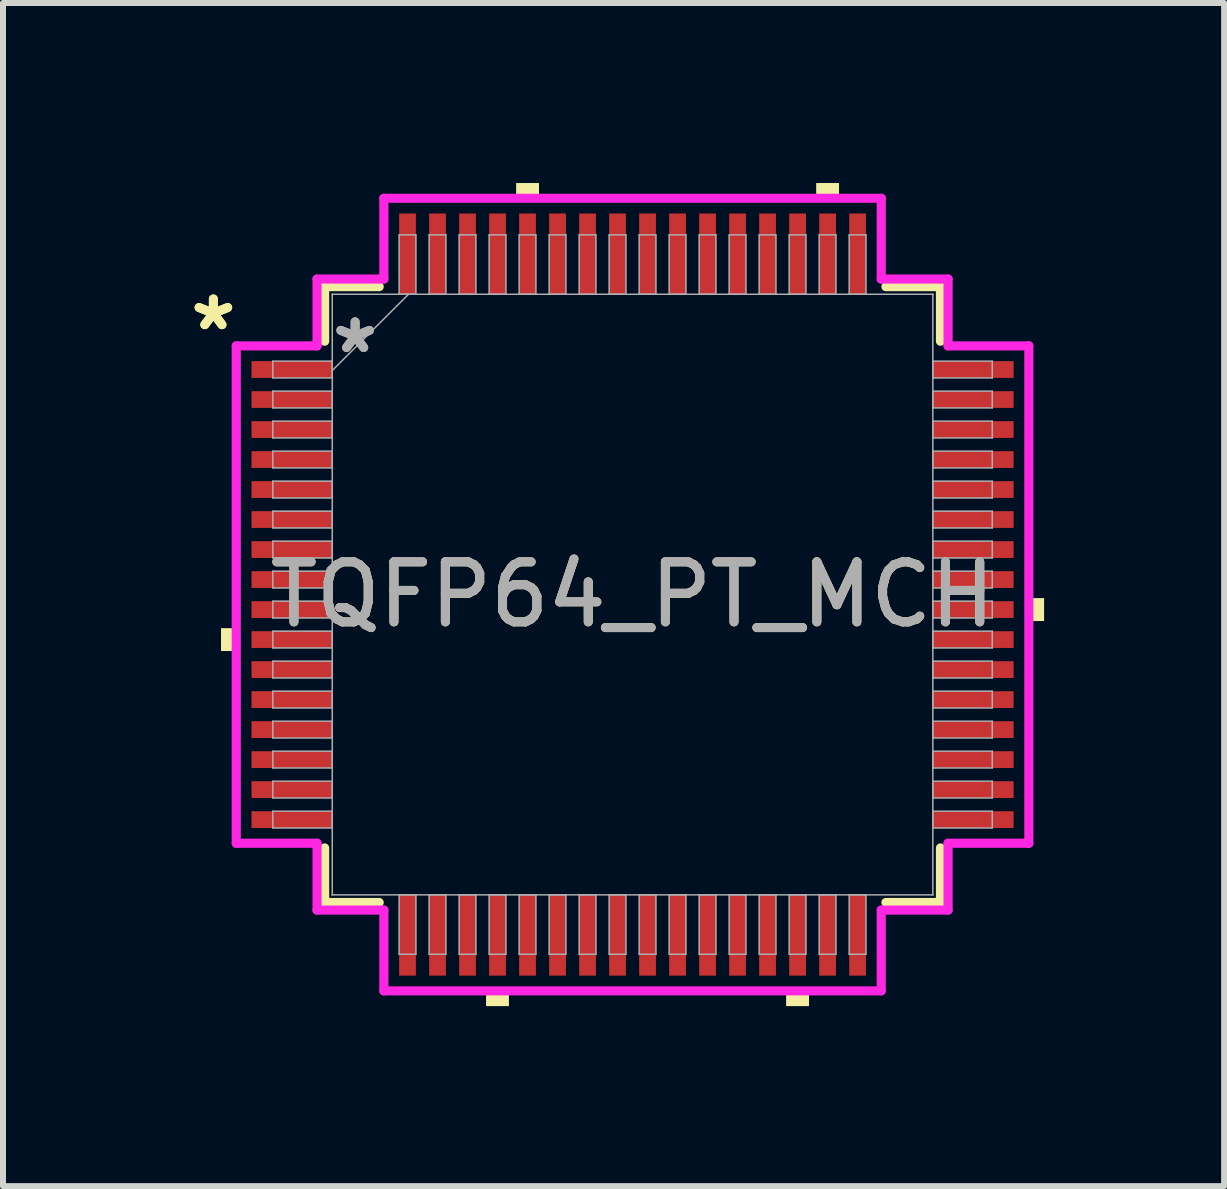
<source format=kicad_pcb>
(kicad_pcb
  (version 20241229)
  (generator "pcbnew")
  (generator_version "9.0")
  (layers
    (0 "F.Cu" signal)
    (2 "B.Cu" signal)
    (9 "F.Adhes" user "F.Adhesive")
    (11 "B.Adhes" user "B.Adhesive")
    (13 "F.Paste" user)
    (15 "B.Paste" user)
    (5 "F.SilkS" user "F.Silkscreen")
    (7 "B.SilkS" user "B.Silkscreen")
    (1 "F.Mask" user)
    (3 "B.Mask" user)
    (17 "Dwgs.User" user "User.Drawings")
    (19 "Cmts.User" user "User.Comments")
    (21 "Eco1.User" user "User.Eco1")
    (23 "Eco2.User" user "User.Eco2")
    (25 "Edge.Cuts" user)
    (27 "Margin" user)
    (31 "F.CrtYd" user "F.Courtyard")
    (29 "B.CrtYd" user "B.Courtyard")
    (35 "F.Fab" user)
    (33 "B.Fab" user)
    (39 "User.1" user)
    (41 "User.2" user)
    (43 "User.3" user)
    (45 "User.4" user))
  (footprint "TQFP64_PT_MCH"
    (layer "F.Cu")
    (at 7.491 6.858)
    (property "Reference" "TQFP64_PT_MCH" (at 0 0 0) (unlocked yes) (layer "F.SilkS") (effects (font (size 1 1) (thickness 0.15))))
    (attr smd)
    (fp_line (start -5.131 -5.131) (end -5.131 -4.222) (stroke (width 0.152) (type solid)) (layer "F.SilkS"))
    (fp_line (start -5.131 4.222) (end -5.131 5.131) (stroke (width 0.152) (type solid)) (layer "F.SilkS"))
    (fp_line (start -5.131 5.131) (end -4.222 5.131) (stroke (width 0.152) (type solid)) (layer "F.SilkS"))
    (fp_line (start -4.222 -5.131) (end -5.131 -5.131) (stroke (width 0.152) (type solid)) (layer "F.SilkS"))
    (fp_line (start 4.222 5.131) (end 5.131 5.131) (stroke (width 0.152) (type solid)) (layer "F.SilkS"))
    (fp_line (start 5.131 -5.131) (end 4.222 -5.131) (stroke (width 0.152) (type solid)) (layer "F.SilkS"))
    (fp_line (start 5.131 -4.222) (end 5.131 -5.131) (stroke (width 0.152) (type solid)) (layer "F.SilkS"))
    (fp_line (start 5.131 5.131) (end 5.131 4.222) (stroke (width 0.152) (type solid)) (layer "F.SilkS"))
    (fp_poly (pts (xy -6.858 0.56) (xy -6.858 0.941) (xy -6.604 0.941) (xy -6.604 0.56)) (stroke (width 0) (type solid)) (fill yes) (layer "F.SilkS"))
    (fp_poly (pts (xy -2.441 6.604) (xy -2.441 6.858) (xy -2.06 6.858) (xy -2.06 6.604)) (stroke (width 0) (type solid)) (fill yes) (layer "F.SilkS"))
    (fp_poly (pts (xy -1.94 -6.604) (xy -1.94 -6.858) (xy -1.559 -6.858) (xy -1.559 -6.604)) (stroke (width 0) (type solid)) (fill yes) (layer "F.SilkS"))
    (fp_poly (pts (xy 2.559 6.604) (xy 2.559 6.858) (xy 2.941 6.858) (xy 2.941 6.604)) (stroke (width 0) (type solid)) (fill yes) (layer "F.SilkS"))
    (fp_poly (pts (xy 3.06 -6.604) (xy 3.06 -6.858) (xy 3.441 -6.858) (xy 3.441 -6.604)) (stroke (width 0) (type solid)) (fill yes) (layer "F.SilkS"))
    (fp_poly (pts (xy 6.858 0.059) (xy 6.858 0.441) (xy 6.604 0.441) (xy 6.604 0.059)) (stroke (width 0) (type solid)) (fill yes) (layer "F.SilkS"))
    (fp_line (start -6.604 -4.144) (end -5.258 -4.144) (stroke (width 0.152) (type solid)) (layer "F.CrtYd"))
    (fp_line (start -6.604 4.144) (end -6.604 -4.144) (stroke (width 0.152) (type solid)) (layer "F.CrtYd"))
    (fp_line (start -5.258 -5.258) (end -4.144 -5.258) (stroke (width 0.152) (type solid)) (layer "F.CrtYd"))
    (fp_line (start -5.258 -4.144) (end -5.258 -5.258) (stroke (width 0.152) (type solid)) (layer "F.CrtYd"))
    (fp_line (start -5.258 4.144) (end -6.604 4.144) (stroke (width 0.152) (type solid)) (layer "F.CrtYd"))
    (fp_line (start -5.258 5.258) (end -5.258 4.144) (stroke (width 0.152) (type solid)) (layer "F.CrtYd"))
    (fp_line (start -5.258 5.258) (end -4.144 5.258) (stroke (width 0.152) (type solid)) (layer "F.CrtYd"))
    (fp_line (start -4.144 -6.604) (end 4.144 -6.604) (stroke (width 0.152) (type solid)) (layer "F.CrtYd"))
    (fp_line (start -4.144 -5.258) (end -4.144 -6.604) (stroke (width 0.152) (type solid)) (layer "F.CrtYd"))
    (fp_line (start -4.144 5.258) (end -4.144 6.604) (stroke (width 0.152) (type solid)) (layer "F.CrtYd"))
    (fp_line (start -4.144 6.604) (end 4.144 6.604) (stroke (width 0.152) (type solid)) (layer "F.CrtYd"))
    (fp_line (start 4.144 -6.604) (end 4.144 -5.258) (stroke (width 0.152) (type solid)) (layer "F.CrtYd"))
    (fp_line (start 4.144 -5.258) (end 5.258 -5.258) (stroke (width 0.152) (type solid)) (layer "F.CrtYd"))
    (fp_line (start 4.144 5.258) (end 5.258 5.258) (stroke (width 0.152) (type solid)) (layer "F.CrtYd"))
    (fp_line (start 4.144 6.604) (end 4.144 5.258) (stroke (width 0.152) (type solid)) (layer "F.CrtYd"))
    (fp_line (start 5.258 -4.144) (end 5.258 -5.258) (stroke (width 0.152) (type solid)) (layer "F.CrtYd"))
    (fp_line (start 5.258 4.144) (end 6.604 4.144) (stroke (width 0.152) (type solid)) (layer "F.CrtYd"))
    (fp_line (start 5.258 5.258) (end 5.258 4.144) (stroke (width 0.152) (type solid)) (layer "F.CrtYd"))
    (fp_line (start 6.604 -4.144) (end 5.258 -4.144) (stroke (width 0.152) (type solid)) (layer "F.CrtYd"))
    (fp_line (start 6.604 4.144) (end 6.604 -4.144) (stroke (width 0.152) (type solid)) (layer "F.CrtYd"))
    (fp_line (start -5.994 -3.89) (end -5.994 -3.61) (stroke (width 0.025) (type solid)) (layer "F.Fab"))
    (fp_line (start -5.994 -3.61) (end -5.004 -3.61) (stroke (width 0.025) (type solid)) (layer "F.Fab"))
    (fp_line (start -5.994 -3.39) (end -5.994 -3.11) (stroke (width 0.025) (type solid)) (layer "F.Fab"))
    (fp_line (start -5.994 -3.11) (end -5.004 -3.11) (stroke (width 0.025) (type solid)) (layer "F.Fab"))
    (fp_line (start -5.994 -2.89) (end -5.994 -2.61) (stroke (width 0.025) (type solid)) (layer "F.Fab"))
    (fp_line (start -5.994 -2.61) (end -5.004 -2.61) (stroke (width 0.025) (type solid)) (layer "F.Fab"))
    (fp_line (start -5.994 -2.39) (end -5.994 -2.11) (stroke (width 0.025) (type solid)) (layer "F.Fab"))
    (fp_line (start -5.994 -2.11) (end -5.004 -2.11) (stroke (width 0.025) (type solid)) (layer "F.Fab"))
    (fp_line (start -5.994 -1.89) (end -5.994 -1.61) (stroke (width 0.025) (type solid)) (layer "F.Fab"))
    (fp_line (start -5.994 -1.61) (end -5.004 -1.61) (stroke (width 0.025) (type solid)) (layer "F.Fab"))
    (fp_line (start -5.994 -1.39) (end -5.994 -1.11) (stroke (width 0.025) (type solid)) (layer "F.Fab"))
    (fp_line (start -5.994 -1.11) (end -5.004 -1.11) (stroke (width 0.025) (type solid)) (layer "F.Fab"))
    (fp_line (start -5.994 -0.89) (end -5.994 -0.61) (stroke (width 0.025) (type solid)) (layer "F.Fab"))
    (fp_line (start -5.994 -0.61) (end -5.004 -0.61) (stroke (width 0.025) (type solid)) (layer "F.Fab"))
    (fp_line (start -5.994 -0.39) (end -5.994 -0.11) (stroke (width 0.025) (type solid)) (layer "F.Fab"))
    (fp_line (start -5.994 -0.11) (end -5.004 -0.11) (stroke (width 0.025) (type solid)) (layer "F.Fab"))
    (fp_line (start -5.994 0.11) (end -5.994 0.39) (stroke (width 0.025) (type solid)) (layer "F.Fab"))
    (fp_line (start -5.994 0.39) (end -5.004 0.39) (stroke (width 0.025) (type solid)) (layer "F.Fab"))
    (fp_line (start -5.994 0.61) (end -5.994 0.89) (stroke (width 0.025) (type solid)) (layer "F.Fab"))
    (fp_line (start -5.994 0.89) (end -5.004 0.89) (stroke (width 0.025) (type solid)) (layer "F.Fab"))
    (fp_line (start -5.994 1.11) (end -5.994 1.39) (stroke (width 0.025) (type solid)) (layer "F.Fab"))
    (fp_line (start -5.994 1.39) (end -5.004 1.39) (stroke (width 0.025) (type solid)) (layer "F.Fab"))
    (fp_line (start -5.994 1.61) (end -5.994 1.89) (stroke (width 0.025) (type solid)) (layer "F.Fab"))
    (fp_line (start -5.994 1.89) (end -5.004 1.89) (stroke (width 0.025) (type solid)) (layer "F.Fab"))
    (fp_line (start -5.994 2.11) (end -5.994 2.39) (stroke (width 0.025) (type solid)) (layer "F.Fab"))
    (fp_line (start -5.994 2.39) (end -5.004 2.39) (stroke (width 0.025) (type solid)) (layer "F.Fab"))
    (fp_line (start -5.994 2.61) (end -5.994 2.89) (stroke (width 0.025) (type solid)) (layer "F.Fab"))
    (fp_line (start -5.994 2.89) (end -5.004 2.89) (stroke (width 0.025) (type solid)) (layer "F.Fab"))
    (fp_line (start -5.994 3.11) (end -5.994 3.39) (stroke (width 0.025) (type solid)) (layer "F.Fab"))
    (fp_line (start -5.994 3.39) (end -5.004 3.39) (stroke (width 0.025) (type solid)) (layer "F.Fab"))
    (fp_line (start -5.994 3.61) (end -5.994 3.89) (stroke (width 0.025) (type solid)) (layer "F.Fab"))
    (fp_line (start -5.994 3.89) (end -5.004 3.89) (stroke (width 0.025) (type solid)) (layer "F.Fab"))
    (fp_line (start -5.004 -5.004) (end -5.004 -5.004) (stroke (width 0.025) (type solid)) (layer "F.Fab"))
    (fp_line (start -5.004 -5.004) (end -5.004 5.004) (stroke (width 0.025) (type solid)) (layer "F.Fab"))
    (fp_line (start -5.004 -3.89) (end -5.994 -3.89) (stroke (width 0.025) (type solid)) (layer "F.Fab"))
    (fp_line (start -5.004 -3.734) (end -3.734 -5.004) (stroke (width 0.025) (type solid)) (layer "F.Fab"))
    (fp_line (start -5.004 -3.61) (end -5.004 -3.89) (stroke (width 0.025) (type solid)) (layer "F.Fab"))
    (fp_line (start -5.004 -3.39) (end -5.994 -3.39) (stroke (width 0.025) (type solid)) (layer "F.Fab"))
    (fp_line (start -5.004 -3.11) (end -5.004 -3.39) (stroke (width 0.025) (type solid)) (layer "F.Fab"))
    (fp_line (start -5.004 -2.89) (end -5.994 -2.89) (stroke (width 0.025) (type solid)) (layer "F.Fab"))
    (fp_line (start -5.004 -2.61) (end -5.004 -2.89) (stroke (width 0.025) (type solid)) (layer "F.Fab"))
    (fp_line (start -5.004 -2.39) (end -5.994 -2.39) (stroke (width 0.025) (type solid)) (layer "F.Fab"))
    (fp_line (start -5.004 -2.11) (end -5.004 -2.39) (stroke (width 0.025) (type solid)) (layer "F.Fab"))
    (fp_line (start -5.004 -1.89) (end -5.994 -1.89) (stroke (width 0.025) (type solid)) (layer "F.Fab"))
    (fp_line (start -5.004 -1.61) (end -5.004 -1.89) (stroke (width 0.025) (type solid)) (layer "F.Fab"))
    (fp_line (start -5.004 -1.39) (end -5.994 -1.39) (stroke (width 0.025) (type solid)) (layer "F.Fab"))
    (fp_line (start -5.004 -1.11) (end -5.004 -1.39) (stroke (width 0.025) (type solid)) (layer "F.Fab"))
    (fp_line (start -5.004 -0.89) (end -5.994 -0.89) (stroke (width 0.025) (type solid)) (layer "F.Fab"))
    (fp_line (start -5.004 -0.61) (end -5.004 -0.89) (stroke (width 0.025) (type solid)) (layer "F.Fab"))
    (fp_line (start -5.004 -0.39) (end -5.994 -0.39) (stroke (width 0.025) (type solid)) (layer "F.Fab"))
    (fp_line (start -5.004 -0.11) (end -5.004 -0.39) (stroke (width 0.025) (type solid)) (layer "F.Fab"))
    (fp_line (start -5.004 0.11) (end -5.994 0.11) (stroke (width 0.025) (type solid)) (layer "F.Fab"))
    (fp_line (start -5.004 0.39) (end -5.004 0.11) (stroke (width 0.025) (type solid)) (layer "F.Fab"))
    (fp_line (start -5.004 0.61) (end -5.994 0.61) (stroke (width 0.025) (type solid)) (layer "F.Fab"))
    (fp_line (start -5.004 0.89) (end -5.004 0.61) (stroke (width 0.025) (type solid)) (layer "F.Fab"))
    (fp_line (start -5.004 1.11) (end -5.994 1.11) (stroke (width 0.025) (type solid)) (layer "F.Fab"))
    (fp_line (start -5.004 1.39) (end -5.004 1.11) (stroke (width 0.025) (type solid)) (layer "F.Fab"))
    (fp_line (start -5.004 1.61) (end -5.994 1.61) (stroke (width 0.025) (type solid)) (layer "F.Fab"))
    (fp_line (start -5.004 1.89) (end -5.004 1.61) (stroke (width 0.025) (type solid)) (layer "F.Fab"))
    (fp_line (start -5.004 2.11) (end -5.994 2.11) (stroke (width 0.025) (type solid)) (layer "F.Fab"))
    (fp_line (start -5.004 2.39) (end -5.004 2.11) (stroke (width 0.025) (type solid)) (layer "F.Fab"))
    (fp_line (start -5.004 2.61) (end -5.994 2.61) (stroke (width 0.025) (type solid)) (layer "F.Fab"))
    (fp_line (start -5.004 2.89) (end -5.004 2.61) (stroke (width 0.025) (type solid)) (layer "F.Fab"))
    (fp_line (start -5.004 3.11) (end -5.994 3.11) (stroke (width 0.025) (type solid)) (layer "F.Fab"))
    (fp_line (start -5.004 3.39) (end -5.004 3.11) (stroke (width 0.025) (type solid)) (layer "F.Fab"))
    (fp_line (start -5.004 3.61) (end -5.994 3.61) (stroke (width 0.025) (type solid)) (layer "F.Fab"))
    (fp_line (start -5.004 3.89) (end -5.004 3.61) (stroke (width 0.025) (type solid)) (layer "F.Fab"))
    (fp_line (start -5.004 5.004) (end -5.004 5.004) (stroke (width 0.025) (type solid)) (layer "F.Fab"))
    (fp_line (start -5.004 5.004) (end 5.004 5.004) (stroke (width 0.025) (type solid)) (layer "F.Fab"))
    (fp_line (start -3.89 -5.994) (end -3.89 -5.004) (stroke (width 0.025) (type solid)) (layer "F.Fab"))
    (fp_line (start -3.89 -5.004) (end -3.61 -5.004) (stroke (width 0.025) (type solid)) (layer "F.Fab"))
    (fp_line (start -3.89 5.004) (end -3.89 5.994) (stroke (width 0.025) (type solid)) (layer "F.Fab"))
    (fp_line (start -3.89 5.994) (end -3.61 5.994) (stroke (width 0.025) (type solid)) (layer "F.Fab"))
    (fp_line (start -3.61 -5.994) (end -3.89 -5.994) (stroke (width 0.025) (type solid)) (layer "F.Fab"))
    (fp_line (start -3.61 -5.004) (end -3.61 -5.994) (stroke (width 0.025) (type solid)) (layer "F.Fab"))
    (fp_line (start -3.61 5.004) (end -3.89 5.004) (stroke (width 0.025) (type solid)) (layer "F.Fab"))
    (fp_line (start -3.61 5.994) (end -3.61 5.004) (stroke (width 0.025) (type solid)) (layer "F.Fab"))
    (fp_line (start -3.39 -5.994) (end -3.39 -5.004) (stroke (width 0.025) (type solid)) (layer "F.Fab"))
    (fp_line (start -3.39 -5.004) (end -3.11 -5.004) (stroke (width 0.025) (type solid)) (layer "F.Fab"))
    (fp_line (start -3.39 5.004) (end -3.39 5.994) (stroke (width 0.025) (type solid)) (layer "F.Fab"))
    (fp_line (start -3.39 5.994) (end -3.11 5.994) (stroke (width 0.025) (type solid)) (layer "F.Fab"))
    (fp_line (start -3.11 -5.994) (end -3.39 -5.994) (stroke (width 0.025) (type solid)) (layer "F.Fab"))
    (fp_line (start -3.11 -5.004) (end -3.11 -5.994) (stroke (width 0.025) (type solid)) (layer "F.Fab"))
    (fp_line (start -3.11 5.004) (end -3.39 5.004) (stroke (width 0.025) (type solid)) (layer "F.Fab"))
    (fp_line (start -3.11 5.994) (end -3.11 5.004) (stroke (width 0.025) (type solid)) (layer "F.Fab"))
    (fp_line (start -2.89 -5.994) (end -2.89 -5.004) (stroke (width 0.025) (type solid)) (layer "F.Fab"))
    (fp_line (start -2.89 -5.004) (end -2.61 -5.004) (stroke (width 0.025) (type solid)) (layer "F.Fab"))
    (fp_line (start -2.89 5.004) (end -2.89 5.994) (stroke (width 0.025) (type solid)) (layer "F.Fab"))
    (fp_line (start -2.89 5.994) (end -2.61 5.994) (stroke (width 0.025) (type solid)) (layer "F.Fab"))
    (fp_line (start -2.61 -5.994) (end -2.89 -5.994) (stroke (width 0.025) (type solid)) (layer "F.Fab"))
    (fp_line (start -2.61 -5.004) (end -2.61 -5.994) (stroke (width 0.025) (type solid)) (layer "F.Fab"))
    (fp_line (start -2.61 5.004) (end -2.89 5.004) (stroke (width 0.025) (type solid)) (layer "F.Fab"))
    (fp_line (start -2.61 5.994) (end -2.61 5.004) (stroke (width 0.025) (type solid)) (layer "F.Fab"))
    (fp_line (start -2.39 -5.994) (end -2.39 -5.004) (stroke (width 0.025) (type solid)) (layer "F.Fab"))
    (fp_line (start -2.39 -5.004) (end -2.11 -5.004) (stroke (width 0.025) (type solid)) (layer "F.Fab"))
    (fp_line (start -2.39 5.004) (end -2.39 5.994) (stroke (width 0.025) (type solid)) (layer "F.Fab"))
    (fp_line (start -2.39 5.994) (end -2.11 5.994) (stroke (width 0.025) (type solid)) (layer "F.Fab"))
    (fp_line (start -2.11 -5.994) (end -2.39 -5.994) (stroke (width 0.025) (type solid)) (layer "F.Fab"))
    (fp_line (start -2.11 -5.004) (end -2.11 -5.994) (stroke (width 0.025) (type solid)) (layer "F.Fab"))
    (fp_line (start -2.11 5.004) (end -2.39 5.004) (stroke (width 0.025) (type solid)) (layer "F.Fab"))
    (fp_line (start -2.11 5.994) (end -2.11 5.004) (stroke (width 0.025) (type solid)) (layer "F.Fab"))
    (fp_line (start -1.89 -5.994) (end -1.89 -5.004) (stroke (width 0.025) (type solid)) (layer "F.Fab"))
    (fp_line (start -1.89 -5.004) (end -1.61 -5.004) (stroke (width 0.025) (type solid)) (layer "F.Fab"))
    (fp_line (start -1.89 5.004) (end -1.89 5.994) (stroke (width 0.025) (type solid)) (layer "F.Fab"))
    (fp_line (start -1.89 5.994) (end -1.61 5.994) (stroke (width 0.025) (type solid)) (layer "F.Fab"))
    (fp_line (start -1.61 -5.994) (end -1.89 -5.994) (stroke (width 0.025) (type solid)) (layer "F.Fab"))
    (fp_line (start -1.61 -5.004) (end -1.61 -5.994) (stroke (width 0.025) (type solid)) (layer "F.Fab"))
    (fp_line (start -1.61 5.004) (end -1.89 5.004) (stroke (width 0.025) (type solid)) (layer "F.Fab"))
    (fp_line (start -1.61 5.994) (end -1.61 5.004) (stroke (width 0.025) (type solid)) (layer "F.Fab"))
    (fp_line (start -1.39 -5.994) (end -1.39 -5.004) (stroke (width 0.025) (type solid)) (layer "F.Fab"))
    (fp_line (start -1.39 -5.004) (end -1.11 -5.004) (stroke (width 0.025) (type solid)) (layer "F.Fab"))
    (fp_line (start -1.39 5.004) (end -1.39 5.994) (stroke (width 0.025) (type solid)) (layer "F.Fab"))
    (fp_line (start -1.39 5.994) (end -1.11 5.994) (stroke (width 0.025) (type solid)) (layer "F.Fab"))
    (fp_line (start -1.11 -5.994) (end -1.39 -5.994) (stroke (width 0.025) (type solid)) (layer "F.Fab"))
    (fp_line (start -1.11 -5.004) (end -1.11 -5.994) (stroke (width 0.025) (type solid)) (layer "F.Fab"))
    (fp_line (start -1.11 5.004) (end -1.39 5.004) (stroke (width 0.025) (type solid)) (layer "F.Fab"))
    (fp_line (start -1.11 5.994) (end -1.11 5.004) (stroke (width 0.025) (type solid)) (layer "F.Fab"))
    (fp_line (start -0.89 -5.994) (end -0.89 -5.004) (stroke (width 0.025) (type solid)) (layer "F.Fab"))
    (fp_line (start -0.89 -5.004) (end -0.61 -5.004) (stroke (width 0.025) (type solid)) (layer "F.Fab"))
    (fp_line (start -0.89 5.004) (end -0.89 5.994) (stroke (width 0.025) (type solid)) (layer "F.Fab"))
    (fp_line (start -0.89 5.994) (end -0.61 5.994) (stroke (width 0.025) (type solid)) (layer "F.Fab"))
    (fp_line (start -0.61 -5.994) (end -0.89 -5.994) (stroke (width 0.025) (type solid)) (layer "F.Fab"))
    (fp_line (start -0.61 -5.004) (end -0.61 -5.994) (stroke (width 0.025) (type solid)) (layer "F.Fab"))
    (fp_line (start -0.61 5.004) (end -0.89 5.004) (stroke (width 0.025) (type solid)) (layer "F.Fab"))
    (fp_line (start -0.61 5.994) (end -0.61 5.004) (stroke (width 0.025) (type solid)) (layer "F.Fab"))
    (fp_line (start -0.39 -5.994) (end -0.39 -5.004) (stroke (width 0.025) (type solid)) (layer "F.Fab"))
    (fp_line (start -0.39 -5.004) (end -0.11 -5.004) (stroke (width 0.025) (type solid)) (layer "F.Fab"))
    (fp_line (start -0.39 5.004) (end -0.39 5.994) (stroke (width 0.025) (type solid)) (layer "F.Fab"))
    (fp_line (start -0.39 5.994) (end -0.11 5.994) (stroke (width 0.025) (type solid)) (layer "F.Fab"))
    (fp_line (start -0.11 -5.994) (end -0.39 -5.994) (stroke (width 0.025) (type solid)) (layer "F.Fab"))
    (fp_line (start -0.11 -5.004) (end -0.11 -5.994) (stroke (width 0.025) (type solid)) (layer "F.Fab"))
    (fp_line (start -0.11 5.004) (end -0.39 5.004) (stroke (width 0.025) (type solid)) (layer "F.Fab"))
    (fp_line (start -0.11 5.994) (end -0.11 5.004) (stroke (width 0.025) (type solid)) (layer "F.Fab"))
    (fp_line (start 0.11 -5.994) (end 0.11 -5.004) (stroke (width 0.025) (type solid)) (layer "F.Fab"))
    (fp_line (start 0.11 -5.004) (end 0.39 -5.004) (stroke (width 0.025) (type solid)) (layer "F.Fab"))
    (fp_line (start 0.11 5.004) (end 0.11 5.994) (stroke (width 0.025) (type solid)) (layer "F.Fab"))
    (fp_line (start 0.11 5.994) (end 0.39 5.994) (stroke (width 0.025) (type solid)) (layer "F.Fab"))
    (fp_line (start 0.39 -5.994) (end 0.11 -5.994) (stroke (width 0.025) (type solid)) (layer "F.Fab"))
    (fp_line (start 0.39 -5.004) (end 0.39 -5.994) (stroke (width 0.025) (type solid)) (layer "F.Fab"))
    (fp_line (start 0.39 5.004) (end 0.11 5.004) (stroke (width 0.025) (type solid)) (layer "F.Fab"))
    (fp_line (start 0.39 5.994) (end 0.39 5.004) (stroke (width 0.025) (type solid)) (layer "F.Fab"))
    (fp_line (start 0.61 -5.994) (end 0.61 -5.004) (stroke (width 0.025) (type solid)) (layer "F.Fab"))
    (fp_line (start 0.61 -5.004) (end 0.89 -5.004) (stroke (width 0.025) (type solid)) (layer "F.Fab"))
    (fp_line (start 0.61 5.004) (end 0.61 5.994) (stroke (width 0.025) (type solid)) (layer "F.Fab"))
    (fp_line (start 0.61 5.994) (end 0.89 5.994) (stroke (width 0.025) (type solid)) (layer "F.Fab"))
    (fp_line (start 0.89 -5.994) (end 0.61 -5.994) (stroke (width 0.025) (type solid)) (layer "F.Fab"))
    (fp_line (start 0.89 -5.004) (end 0.89 -5.994) (stroke (width 0.025) (type solid)) (layer "F.Fab"))
    (fp_line (start 0.89 5.004) (end 0.61 5.004) (stroke (width 0.025) (type solid)) (layer "F.Fab"))
    (fp_line (start 0.89 5.994) (end 0.89 5.004) (stroke (width 0.025) (type solid)) (layer "F.Fab"))
    (fp_line (start 1.11 -5.994) (end 1.11 -5.004) (stroke (width 0.025) (type solid)) (layer "F.Fab"))
    (fp_line (start 1.11 -5.004) (end 1.39 -5.004) (stroke (width 0.025) (type solid)) (layer "F.Fab"))
    (fp_line (start 1.11 5.004) (end 1.11 5.994) (stroke (width 0.025) (type solid)) (layer "F.Fab"))
    (fp_line (start 1.11 5.994) (end 1.39 5.994) (stroke (width 0.025) (type solid)) (layer "F.Fab"))
    (fp_line (start 1.39 -5.994) (end 1.11 -5.994) (stroke (width 0.025) (type solid)) (layer "F.Fab"))
    (fp_line (start 1.39 -5.004) (end 1.39 -5.994) (stroke (width 0.025) (type solid)) (layer "F.Fab"))
    (fp_line (start 1.39 5.004) (end 1.11 5.004) (stroke (width 0.025) (type solid)) (layer "F.Fab"))
    (fp_line (start 1.39 5.994) (end 1.39 5.004) (stroke (width 0.025) (type solid)) (layer "F.Fab"))
    (fp_line (start 1.61 -5.994) (end 1.61 -5.004) (stroke (width 0.025) (type solid)) (layer "F.Fab"))
    (fp_line (start 1.61 -5.004) (end 1.89 -5.004) (stroke (width 0.025) (type solid)) (layer "F.Fab"))
    (fp_line (start 1.61 5.004) (end 1.61 5.994) (stroke (width 0.025) (type solid)) (layer "F.Fab"))
    (fp_line (start 1.61 5.994) (end 1.89 5.994) (stroke (width 0.025) (type solid)) (layer "F.Fab"))
    (fp_line (start 1.89 -5.994) (end 1.61 -5.994) (stroke (width 0.025) (type solid)) (layer "F.Fab"))
    (fp_line (start 1.89 -5.004) (end 1.89 -5.994) (stroke (width 0.025) (type solid)) (layer "F.Fab"))
    (fp_line (start 1.89 5.004) (end 1.61 5.004) (stroke (width 0.025) (type solid)) (layer "F.Fab"))
    (fp_line (start 1.89 5.994) (end 1.89 5.004) (stroke (width 0.025) (type solid)) (layer "F.Fab"))
    (fp_line (start 2.11 -5.994) (end 2.11 -5.004) (stroke (width 0.025) (type solid)) (layer "F.Fab"))
    (fp_line (start 2.11 -5.004) (end 2.39 -5.004) (stroke (width 0.025) (type solid)) (layer "F.Fab"))
    (fp_line (start 2.11 5.004) (end 2.11 5.994) (stroke (width 0.025) (type solid)) (layer "F.Fab"))
    (fp_line (start 2.11 5.994) (end 2.39 5.994) (stroke (width 0.025) (type solid)) (layer "F.Fab"))
    (fp_line (start 2.39 -5.994) (end 2.11 -5.994) (stroke (width 0.025) (type solid)) (layer "F.Fab"))
    (fp_line (start 2.39 -5.004) (end 2.39 -5.994) (stroke (width 0.025) (type solid)) (layer "F.Fab"))
    (fp_line (start 2.39 5.004) (end 2.11 5.004) (stroke (width 0.025) (type solid)) (layer "F.Fab"))
    (fp_line (start 2.39 5.994) (end 2.39 5.004) (stroke (width 0.025) (type solid)) (layer "F.Fab"))
    (fp_line (start 2.61 -5.994) (end 2.61 -5.004) (stroke (width 0.025) (type solid)) (layer "F.Fab"))
    (fp_line (start 2.61 -5.004) (end 2.89 -5.004) (stroke (width 0.025) (type solid)) (layer "F.Fab"))
    (fp_line (start 2.61 5.004) (end 2.61 5.994) (stroke (width 0.025) (type solid)) (layer "F.Fab"))
    (fp_line (start 2.61 5.994) (end 2.89 5.994) (stroke (width 0.025) (type solid)) (layer "F.Fab"))
    (fp_line (start 2.89 -5.994) (end 2.61 -5.994) (stroke (width 0.025) (type solid)) (layer "F.Fab"))
    (fp_line (start 2.89 -5.004) (end 2.89 -5.994) (stroke (width 0.025) (type solid)) (layer "F.Fab"))
    (fp_line (start 2.89 5.004) (end 2.61 5.004) (stroke (width 0.025) (type solid)) (layer "F.Fab"))
    (fp_line (start 2.89 5.994) (end 2.89 5.004) (stroke (width 0.025) (type solid)) (layer "F.Fab"))
    (fp_line (start 3.11 -5.994) (end 3.11 -5.004) (stroke (width 0.025) (type solid)) (layer "F.Fab"))
    (fp_line (start 3.11 -5.004) (end 3.39 -5.004) (stroke (width 0.025) (type solid)) (layer "F.Fab"))
    (fp_line (start 3.11 5.004) (end 3.11 5.994) (stroke (width 0.025) (type solid)) (layer "F.Fab"))
    (fp_line (start 3.11 5.994) (end 3.39 5.994) (stroke (width 0.025) (type solid)) (layer "F.Fab"))
    (fp_line (start 3.39 -5.994) (end 3.11 -5.994) (stroke (width 0.025) (type solid)) (layer "F.Fab"))
    (fp_line (start 3.39 -5.004) (end 3.39 -5.994) (stroke (width 0.025) (type solid)) (layer "F.Fab"))
    (fp_line (start 3.39 5.004) (end 3.11 5.004) (stroke (width 0.025) (type solid)) (layer "F.Fab"))
    (fp_line (start 3.39 5.994) (end 3.39 5.004) (stroke (width 0.025) (type solid)) (layer "F.Fab"))
    (fp_line (start 3.61 -5.994) (end 3.61 -5.004) (stroke (width 0.025) (type solid)) (layer "F.Fab"))
    (fp_line (start 3.61 -5.004) (end 3.89 -5.004) (stroke (width 0.025) (type solid)) (layer "F.Fab"))
    (fp_line (start 3.61 5.004) (end 3.61 5.994) (stroke (width 0.025) (type solid)) (layer "F.Fab"))
    (fp_line (start 3.61 5.994) (end 3.89 5.994) (stroke (width 0.025) (type solid)) (layer "F.Fab"))
    (fp_line (start 3.89 -5.994) (end 3.61 -5.994) (stroke (width 0.025) (type solid)) (layer "F.Fab"))
    (fp_line (start 3.89 -5.004) (end 3.89 -5.994) (stroke (width 0.025) (type solid)) (layer "F.Fab"))
    (fp_line (start 3.89 5.004) (end 3.61 5.004) (stroke (width 0.025) (type solid)) (layer "F.Fab"))
    (fp_line (start 3.89 5.994) (end 3.89 5.004) (stroke (width 0.025) (type solid)) (layer "F.Fab"))
    (fp_line (start 5.004 -5.004) (end -5.004 -5.004) (stroke (width 0.025) (type solid)) (layer "F.Fab"))
    (fp_line (start 5.004 -5.004) (end 5.004 -5.004) (stroke (width 0.025) (type solid)) (layer "F.Fab"))
    (fp_line (start 5.004 -3.89) (end 5.004 -3.61) (stroke (width 0.025) (type solid)) (layer "F.Fab"))
    (fp_line (start 5.004 -3.61) (end 5.994 -3.61) (stroke (width 0.025) (type solid)) (layer "F.Fab"))
    (fp_line (start 5.004 -3.39) (end 5.004 -3.11) (stroke (width 0.025) (type solid)) (layer "F.Fab"))
    (fp_line (start 5.004 -3.11) (end 5.994 -3.11) (stroke (width 0.025) (type solid)) (layer "F.Fab"))
    (fp_line (start 5.004 -2.89) (end 5.004 -2.61) (stroke (width 0.025) (type solid)) (layer "F.Fab"))
    (fp_line (start 5.004 -2.61) (end 5.994 -2.61) (stroke (width 0.025) (type solid)) (layer "F.Fab"))
    (fp_line (start 5.004 -2.39) (end 5.004 -2.11) (stroke (width 0.025) (type solid)) (layer "F.Fab"))
    (fp_line (start 5.004 -2.11) (end 5.994 -2.11) (stroke (width 0.025) (type solid)) (layer "F.Fab"))
    (fp_line (start 5.004 -1.89) (end 5.004 -1.61) (stroke (width 0.025) (type solid)) (layer "F.Fab"))
    (fp_line (start 5.004 -1.61) (end 5.994 -1.61) (stroke (width 0.025) (type solid)) (layer "F.Fab"))
    (fp_line (start 5.004 -1.39) (end 5.004 -1.11) (stroke (width 0.025) (type solid)) (layer "F.Fab"))
    (fp_line (start 5.004 -1.11) (end 5.994 -1.11) (stroke (width 0.025) (type solid)) (layer "F.Fab"))
    (fp_line (start 5.004 -0.89) (end 5.004 -0.61) (stroke (width 0.025) (type solid)) (layer "F.Fab"))
    (fp_line (start 5.004 -0.61) (end 5.994 -0.61) (stroke (width 0.025) (type solid)) (layer "F.Fab"))
    (fp_line (start 5.004 -0.39) (end 5.004 -0.11) (stroke (width 0.025) (type solid)) (layer "F.Fab"))
    (fp_line (start 5.004 -0.11) (end 5.994 -0.11) (stroke (width 0.025) (type solid)) (layer "F.Fab"))
    (fp_line (start 5.004 0.11) (end 5.004 0.39) (stroke (width 0.025) (type solid)) (layer "F.Fab"))
    (fp_line (start 5.004 0.39) (end 5.994 0.39) (stroke (width 0.025) (type solid)) (layer "F.Fab"))
    (fp_line (start 5.004 0.61) (end 5.004 0.89) (stroke (width 0.025) (type solid)) (layer "F.Fab"))
    (fp_line (start 5.004 0.89) (end 5.994 0.89) (stroke (width 0.025) (type solid)) (layer "F.Fab"))
    (fp_line (start 5.004 1.11) (end 5.004 1.39) (stroke (width 0.025) (type solid)) (layer "F.Fab"))
    (fp_line (start 5.004 1.39) (end 5.994 1.39) (stroke (width 0.025) (type solid)) (layer "F.Fab"))
    (fp_line (start 5.004 1.61) (end 5.004 1.89) (stroke (width 0.025) (type solid)) (layer "F.Fab"))
    (fp_line (start 5.004 1.89) (end 5.994 1.89) (stroke (width 0.025) (type solid)) (layer "F.Fab"))
    (fp_line (start 5.004 2.11) (end 5.004 2.39) (stroke (width 0.025) (type solid)) (layer "F.Fab"))
    (fp_line (start 5.004 2.39) (end 5.994 2.39) (stroke (width 0.025) (type solid)) (layer "F.Fab"))
    (fp_line (start 5.004 2.61) (end 5.004 2.89) (stroke (width 0.025) (type solid)) (layer "F.Fab"))
    (fp_line (start 5.004 2.89) (end 5.994 2.89) (stroke (width 0.025) (type solid)) (layer "F.Fab"))
    (fp_line (start 5.004 3.11) (end 5.004 3.39) (stroke (width 0.025) (type solid)) (layer "F.Fab"))
    (fp_line (start 5.004 3.39) (end 5.994 3.39) (stroke (width 0.025) (type solid)) (layer "F.Fab"))
    (fp_line (start 5.004 3.61) (end 5.004 3.89) (stroke (width 0.025) (type solid)) (layer "F.Fab"))
    (fp_line (start 5.004 3.89) (end 5.994 3.89) (stroke (width 0.025) (type solid)) (layer "F.Fab"))
    (fp_line (start 5.004 5.004) (end 5.004 -5.004) (stroke (width 0.025) (type solid)) (layer "F.Fab"))
    (fp_line (start 5.004 5.004) (end 5.004 5.004) (stroke (width 0.025) (type solid)) (layer "F.Fab"))
    (fp_line (start 5.994 -3.89) (end 5.004 -3.89) (stroke (width 0.025) (type solid)) (layer "F.Fab"))
    (fp_line (start 5.994 -3.61) (end 5.994 -3.89) (stroke (width 0.025) (type solid)) (layer "F.Fab"))
    (fp_line (start 5.994 -3.39) (end 5.004 -3.39) (stroke (width 0.025) (type solid)) (layer "F.Fab"))
    (fp_line (start 5.994 -3.11) (end 5.994 -3.39) (stroke (width 0.025) (type solid)) (layer "F.Fab"))
    (fp_line (start 5.994 -2.89) (end 5.004 -2.89) (stroke (width 0.025) (type solid)) (layer "F.Fab"))
    (fp_line (start 5.994 -2.61) (end 5.994 -2.89) (stroke (width 0.025) (type solid)) (layer "F.Fab"))
    (fp_line (start 5.994 -2.39) (end 5.004 -2.39) (stroke (width 0.025) (type solid)) (layer "F.Fab"))
    (fp_line (start 5.994 -2.11) (end 5.994 -2.39) (stroke (width 0.025) (type solid)) (layer "F.Fab"))
    (fp_line (start 5.994 -1.89) (end 5.004 -1.89) (stroke (width 0.025) (type solid)) (layer "F.Fab"))
    (fp_line (start 5.994 -1.61) (end 5.994 -1.89) (stroke (width 0.025) (type solid)) (layer "F.Fab"))
    (fp_line (start 5.994 -1.39) (end 5.004 -1.39) (stroke (width 0.025) (type solid)) (layer "F.Fab"))
    (fp_line (start 5.994 -1.11) (end 5.994 -1.39) (stroke (width 0.025) (type solid)) (layer "F.Fab"))
    (fp_line (start 5.994 -0.89) (end 5.004 -0.89) (stroke (width 0.025) (type solid)) (layer "F.Fab"))
    (fp_line (start 5.994 -0.61) (end 5.994 -0.89) (stroke (width 0.025) (type solid)) (layer "F.Fab"))
    (fp_line (start 5.994 -0.39) (end 5.004 -0.39) (stroke (width 0.025) (type solid)) (layer "F.Fab"))
    (fp_line (start 5.994 -0.11) (end 5.994 -0.39) (stroke (width 0.025) (type solid)) (layer "F.Fab"))
    (fp_line (start 5.994 0.11) (end 5.004 0.11) (stroke (width 0.025) (type solid)) (layer "F.Fab"))
    (fp_line (start 5.994 0.39) (end 5.994 0.11) (stroke (width 0.025) (type solid)) (layer "F.Fab"))
    (fp_line (start 5.994 0.61) (end 5.004 0.61) (stroke (width 0.025) (type solid)) (layer "F.Fab"))
    (fp_line (start 5.994 0.89) (end 5.994 0.61) (stroke (width 0.025) (type solid)) (layer "F.Fab"))
    (fp_line (start 5.994 1.11) (end 5.004 1.11) (stroke (width 0.025) (type solid)) (layer "F.Fab"))
    (fp_line (start 5.994 1.39) (end 5.994 1.11) (stroke (width 0.025) (type solid)) (layer "F.Fab"))
    (fp_line (start 5.994 1.61) (end 5.004 1.61) (stroke (width 0.025) (type solid)) (layer "F.Fab"))
    (fp_line (start 5.994 1.89) (end 5.994 1.61) (stroke (width 0.025) (type solid)) (layer "F.Fab"))
    (fp_line (start 5.994 2.11) (end 5.004 2.11) (stroke (width 0.025) (type solid)) (layer "F.Fab"))
    (fp_line (start 5.994 2.39) (end 5.994 2.11) (stroke (width 0.025) (type solid)) (layer "F.Fab"))
    (fp_line (start 5.994 2.61) (end 5.004 2.61) (stroke (width 0.025) (type solid)) (layer "F.Fab"))
    (fp_line (start 5.994 2.89) (end 5.994 2.61) (stroke (width 0.025) (type solid)) (layer "F.Fab"))
    (fp_line (start 5.994 3.11) (end 5.004 3.11) (stroke (width 0.025) (type solid)) (layer "F.Fab"))
    (fp_line (start 5.994 3.39) (end 5.994 3.11) (stroke (width 0.025) (type solid)) (layer "F.Fab"))
    (fp_line (start 5.994 3.61) (end 5.004 3.61) (stroke (width 0.025) (type solid)) (layer "F.Fab"))
    (fp_line (start 5.994 3.89) (end 5.994 3.61) (stroke (width 0.025) (type solid)) (layer "F.Fab"))
    (fp_text user "*" (at -6.985 -4.381 0) (layer "F.SilkS") (effects (font (size 1 1) (thickness 0.15))))
    (fp_text user "*" (at -6.985 -4.381 0) (unlocked yes) (layer "F.SilkS") (effects (font (size 1 1) (thickness 0.15))))
    (fp_text user "${REFERENCE}" (at 0 0 0) (unlocked yes) (layer "F.Fab") (effects (font (size 1 1) (thickness 0.15))))
    (fp_text user "*" (at -4.623 -4 0) (unlocked yes) (layer "F.Fab") (effects (font (size 1 1) (thickness 0.15))))
    (fp_text user "*" (at -4.623 -4 0) (layer "F.Fab") (effects (font (size 1 1) (thickness 0.15))))
    (pad "1" smd rect (at -5.677 -3.75 90) (size 0.279 1.346) (layers "F.Cu" "F.Mask" "F.Paste"))
    (pad "2" smd rect (at -5.677 -3.25 90) (size 0.279 1.346) (layers "F.Cu" "F.Mask" "F.Paste"))
    (pad "3" smd rect (at -5.677 -2.75 90) (size 0.279 1.346) (layers "F.Cu" "F.Mask" "F.Paste"))
    (pad "4" smd rect (at -5.677 -2.25 90) (size 0.279 1.346) (layers "F.Cu" "F.Mask" "F.Paste"))
    (pad "5" smd rect (at -5.677 -1.75 90) (size 0.279 1.346) (layers "F.Cu" "F.Mask" "F.Paste"))
    (pad "6" smd rect (at -5.677 -1.25 90) (size 0.279 1.346) (layers "F.Cu" "F.Mask" "F.Paste"))
    (pad "7" smd rect (at -5.677 -0.75 90) (size 0.279 1.346) (layers "F.Cu" "F.Mask" "F.Paste"))
    (pad "8" smd rect (at -5.677 -0.25 90) (size 0.279 1.346) (layers "F.Cu" "F.Mask" "F.Paste"))
    (pad "9" smd rect (at -5.677 0.25 90) (size 0.279 1.346) (layers "F.Cu" "F.Mask" "F.Paste"))
    (pad "10" smd rect (at -5.677 0.75 90) (size 0.279 1.346) (layers "F.Cu" "F.Mask" "F.Paste"))
    (pad "11" smd rect (at -5.677 1.25 90) (size 0.279 1.346) (layers "F.Cu" "F.Mask" "F.Paste"))
    (pad "12" smd rect (at -5.677 1.75 90) (size 0.279 1.346) (layers "F.Cu" "F.Mask" "F.Paste"))
    (pad "13" smd rect (at -5.677 2.25 90) (size 0.279 1.346) (layers "F.Cu" "F.Mask" "F.Paste"))
    (pad "14" smd rect (at -5.677 2.75 90) (size 0.279 1.346) (layers "F.Cu" "F.Mask" "F.Paste"))
    (pad "15" smd rect (at -5.677 3.25 90) (size 0.279 1.346) (layers "F.Cu" "F.Mask" "F.Paste"))
    (pad "16" smd rect (at -5.677 3.75 90) (size 0.279 1.346) (layers "F.Cu" "F.Mask" "F.Paste"))
    (pad "17" smd rect (at -3.75 5.677) (size 0.279 1.346) (layers "F.Cu" "F.Mask" "F.Paste"))
    (pad "18" smd rect (at -3.25 5.677) (size 0.279 1.346) (layers "F.Cu" "F.Mask" "F.Paste"))
    (pad "19" smd rect (at -2.75 5.677) (size 0.279 1.346) (layers "F.Cu" "F.Mask" "F.Paste"))
    (pad "20" smd rect (at -2.25 5.677) (size 0.279 1.346) (layers "F.Cu" "F.Mask" "F.Paste"))
    (pad "21" smd rect (at -1.75 5.677) (size 0.279 1.346) (layers "F.Cu" "F.Mask" "F.Paste"))
    (pad "22" smd rect (at -1.25 5.677) (size 0.279 1.346) (layers "F.Cu" "F.Mask" "F.Paste"))
    (pad "23" smd rect (at -0.75 5.677) (size 0.279 1.346) (layers "F.Cu" "F.Mask" "F.Paste"))
    (pad "24" smd rect (at -0.25 5.677) (size 0.279 1.346) (layers "F.Cu" "F.Mask" "F.Paste"))
    (pad "25" smd rect (at 0.25 5.677) (size 0.279 1.346) (layers "F.Cu" "F.Mask" "F.Paste"))
    (pad "26" smd rect (at 0.75 5.677) (size 0.279 1.346) (layers "F.Cu" "F.Mask" "F.Paste"))
    (pad "27" smd rect (at 1.25 5.677) (size 0.279 1.346) (layers "F.Cu" "F.Mask" "F.Paste"))
    (pad "28" smd rect (at 1.75 5.677) (size 0.279 1.346) (layers "F.Cu" "F.Mask" "F.Paste"))
    (pad "29" smd rect (at 2.25 5.677) (size 0.279 1.346) (layers "F.Cu" "F.Mask" "F.Paste"))
    (pad "30" smd rect (at 2.75 5.677) (size 0.279 1.346) (layers "F.Cu" "F.Mask" "F.Paste"))
    (pad "31" smd rect (at 3.25 5.677) (size 0.279 1.346) (layers "F.Cu" "F.Mask" "F.Paste"))
    (pad "32" smd rect (at 3.75 5.677) (size 0.279 1.346) (layers "F.Cu" "F.Mask" "F.Paste"))
    (pad "33" smd rect (at 5.677 3.75 90) (size 0.279 1.346) (layers "F.Cu" "F.Mask" "F.Paste"))
    (pad "34" smd rect (at 5.677 3.25 90) (size 0.279 1.346) (layers "F.Cu" "F.Mask" "F.Paste"))
    (pad "35" smd rect (at 5.677 2.75 90) (size 0.279 1.346) (layers "F.Cu" "F.Mask" "F.Paste"))
    (pad "36" smd rect (at 5.677 2.25 90) (size 0.279 1.346) (layers "F.Cu" "F.Mask" "F.Paste"))
    (pad "37" smd rect (at 5.677 1.75 90) (size 0.279 1.346) (layers "F.Cu" "F.Mask" "F.Paste"))
    (pad "38" smd rect (at 5.677 1.25 90) (size 0.279 1.346) (layers "F.Cu" "F.Mask" "F.Paste"))
    (pad "39" smd rect (at 5.677 0.75 90) (size 0.279 1.346) (layers "F.Cu" "F.Mask" "F.Paste"))
    (pad "40" smd rect (at 5.677 0.25 90) (size 0.279 1.346) (layers "F.Cu" "F.Mask" "F.Paste"))
    (pad "41" smd rect (at 5.677 -0.25 90) (size 0.279 1.346) (layers "F.Cu" "F.Mask" "F.Paste"))
    (pad "42" smd rect (at 5.677 -0.75 90) (size 0.279 1.346) (layers "F.Cu" "F.Mask" "F.Paste"))
    (pad "43" smd rect (at 5.677 -1.25 90) (size 0.279 1.346) (layers "F.Cu" "F.Mask" "F.Paste"))
    (pad "44" smd rect (at 5.677 -1.75 90) (size 0.279 1.346) (layers "F.Cu" "F.Mask" "F.Paste"))
    (pad "45" smd rect (at 5.677 -2.25 90) (size 0.279 1.346) (layers "F.Cu" "F.Mask" "F.Paste"))
    (pad "46" smd rect (at 5.677 -2.75 90) (size 0.279 1.346) (layers "F.Cu" "F.Mask" "F.Paste"))
    (pad "47" smd rect (at 5.677 -3.25 90) (size 0.279 1.346) (layers "F.Cu" "F.Mask" "F.Paste"))
    (pad "48" smd rect (at 5.677 -3.75 90) (size 0.279 1.346) (layers "F.Cu" "F.Mask" "F.Paste"))
    (pad "49" smd rect (at 3.75 -5.677) (size 0.279 1.346) (layers "F.Cu" "F.Mask" "F.Paste"))
    (pad "50" smd rect (at 3.25 -5.677) (size 0.279 1.346) (layers "F.Cu" "F.Mask" "F.Paste"))
    (pad "51" smd rect (at 2.75 -5.677) (size 0.279 1.346) (layers "F.Cu" "F.Mask" "F.Paste"))
    (pad "52" smd rect (at 2.25 -5.677) (size 0.279 1.346) (layers "F.Cu" "F.Mask" "F.Paste"))
    (pad "53" smd rect (at 1.75 -5.677) (size 0.279 1.346) (layers "F.Cu" "F.Mask" "F.Paste"))
    (pad "54" smd rect (at 1.25 -5.677) (size 0.279 1.346) (layers "F.Cu" "F.Mask" "F.Paste"))
    (pad "55" smd rect (at 0.75 -5.677) (size 0.279 1.346) (layers "F.Cu" "F.Mask" "F.Paste"))
    (pad "56" smd rect (at 0.25 -5.677) (size 0.279 1.346) (layers "F.Cu" "F.Mask" "F.Paste"))
    (pad "57" smd rect (at -0.25 -5.677) (size 0.279 1.346) (layers "F.Cu" "F.Mask" "F.Paste"))
    (pad "58" smd rect (at -0.75 -5.677) (size 0.279 1.346) (layers "F.Cu" "F.Mask" "F.Paste"))
    (pad "59" smd rect (at -1.25 -5.677) (size 0.279 1.346) (layers "F.Cu" "F.Mask" "F.Paste"))
    (pad "60" smd rect (at -1.75 -5.677) (size 0.279 1.346) (layers "F.Cu" "F.Mask" "F.Paste"))
    (pad "61" smd rect (at -2.25 -5.677) (size 0.279 1.346) (layers "F.Cu" "F.Mask" "F.Paste"))
    (pad "62" smd rect (at -2.75 -5.677) (size 0.279 1.346) (layers "F.Cu" "F.Mask" "F.Paste"))
    (pad "63" smd rect (at -3.25 -5.677) (size 0.279 1.346) (layers "F.Cu" "F.Mask" "F.Paste"))
    (pad "64" smd rect (at -3.75 -5.677) (size 0.279 1.346) (layers "F.Cu" "F.Mask" "F.Paste")))
  (gr_rect
    (start -3 -3)
    (end 17.349 16.716)
    (stroke (width 0.1) (type default))
    (fill no)
    (layer "Edge.Cuts")))
</source>
